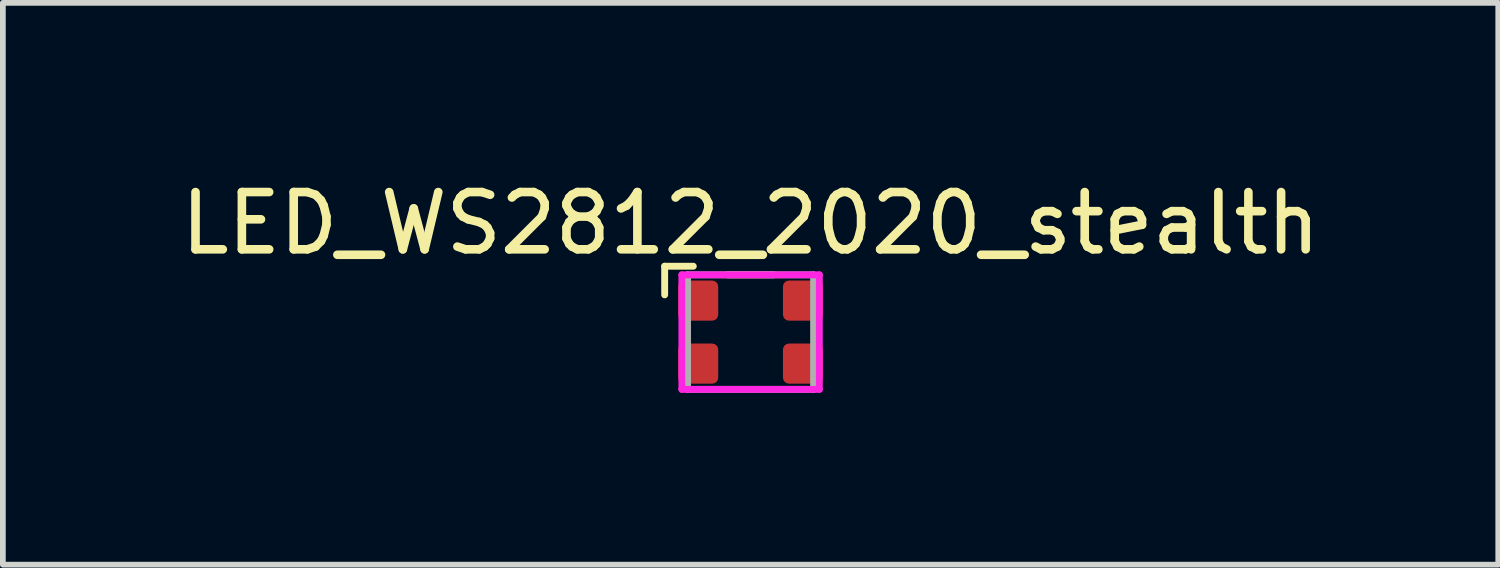
<source format=kicad_pcb>
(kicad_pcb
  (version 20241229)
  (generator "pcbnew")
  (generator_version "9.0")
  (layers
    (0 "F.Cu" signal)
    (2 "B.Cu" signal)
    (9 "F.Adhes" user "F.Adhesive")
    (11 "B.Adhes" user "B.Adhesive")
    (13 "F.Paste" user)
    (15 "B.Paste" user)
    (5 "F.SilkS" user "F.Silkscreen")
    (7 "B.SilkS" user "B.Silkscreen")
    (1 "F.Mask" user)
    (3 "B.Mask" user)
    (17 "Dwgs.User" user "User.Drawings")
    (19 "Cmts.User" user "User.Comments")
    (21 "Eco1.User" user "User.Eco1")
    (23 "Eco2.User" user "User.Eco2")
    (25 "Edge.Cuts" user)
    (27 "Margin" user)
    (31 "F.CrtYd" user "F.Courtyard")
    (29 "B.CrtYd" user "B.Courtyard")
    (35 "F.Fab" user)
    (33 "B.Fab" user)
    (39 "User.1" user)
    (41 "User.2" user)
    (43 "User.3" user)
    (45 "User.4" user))
  (footprint "LED_WS2812_2020_stealth"
    (layer "F.Cu")
    (at 10.054 2.748)
    (property "Reference" "LED_WS2812_2020_stealth" (at 0 -1.9 0) (layer "F.SilkS") (effects (font (size 1 1) (thickness 0.15))))
    (attr smd)
    (fp_line (start -1.5 -1.15) (end -1 -1.15) (stroke (width 0.12) (type solid)) (layer "F.SilkS"))
    (fp_line (start -1.5 -0.65) (end -1.5 -1.15) (stroke (width 0.12) (type solid)) (layer "F.SilkS"))
    (fp_line (start -0.4 -1) (end 0.4 -1) (stroke (width 0.12) (type solid)) (layer "F.SilkS"))
    (fp_line (start -1.2 -1) (end 1.2 -1) (stroke (width 0.12) (type solid)) (layer "F.CrtYd"))
    (fp_line (start -1.2 1) (end -1.2 -1) (stroke (width 0.12) (type solid)) (layer "F.CrtYd"))
    (fp_line (start 1.2 -1) (end 1.2 1) (stroke (width 0.12) (type solid)) (layer "F.CrtYd"))
    (fp_line (start 1.2 1) (end -1.2 1) (stroke (width 0.12) (type solid)) (layer "F.CrtYd"))
    (fp_line (start -1.1 -1) (end 1.1 -1) (stroke (width 0.12) (type solid)) (layer "F.Fab"))
    (fp_line (start -1.1 1) (end -1.1 -1) (stroke (width 0.12) (type solid)) (layer "F.Fab"))
    (fp_line (start 1.1 -1) (end 1.1 1) (stroke (width 0.12) (type solid)) (layer "F.Fab"))
    (fp_line (start 1.1 1) (end -1.1 1) (stroke (width 0.12) (type solid)) (layer "F.Fab"))
    (pad "1" smd roundrect (at -0.915 -0.55) (size 0.7 0.7) (layers "F.Cu" "F.Mask" "F.Paste") (roundrect_rratio 0.15))
    (pad "2" smd roundrect (at -0.915 0.55) (size 0.7 0.7) (layers "F.Cu" "F.Mask" "F.Paste") (roundrect_rratio 0.15))
    (pad "3" smd roundrect (at 0.915 0.55) (size 0.7 0.7) (layers "F.Cu" "F.Mask" "F.Paste") (roundrect_rratio 0.15))
    (pad "4" smd roundrect (at 0.915 -0.55) (size 0.7 0.7) (layers "F.Cu" "F.Mask" "F.Paste") (roundrect_rratio 0.15)))
  (gr_rect
    (start -3 -3)
    (end 23.107 6.808)
    (stroke (width 0.1) (type default))
    (fill no)
    (layer "Edge.Cuts")))
</source>
